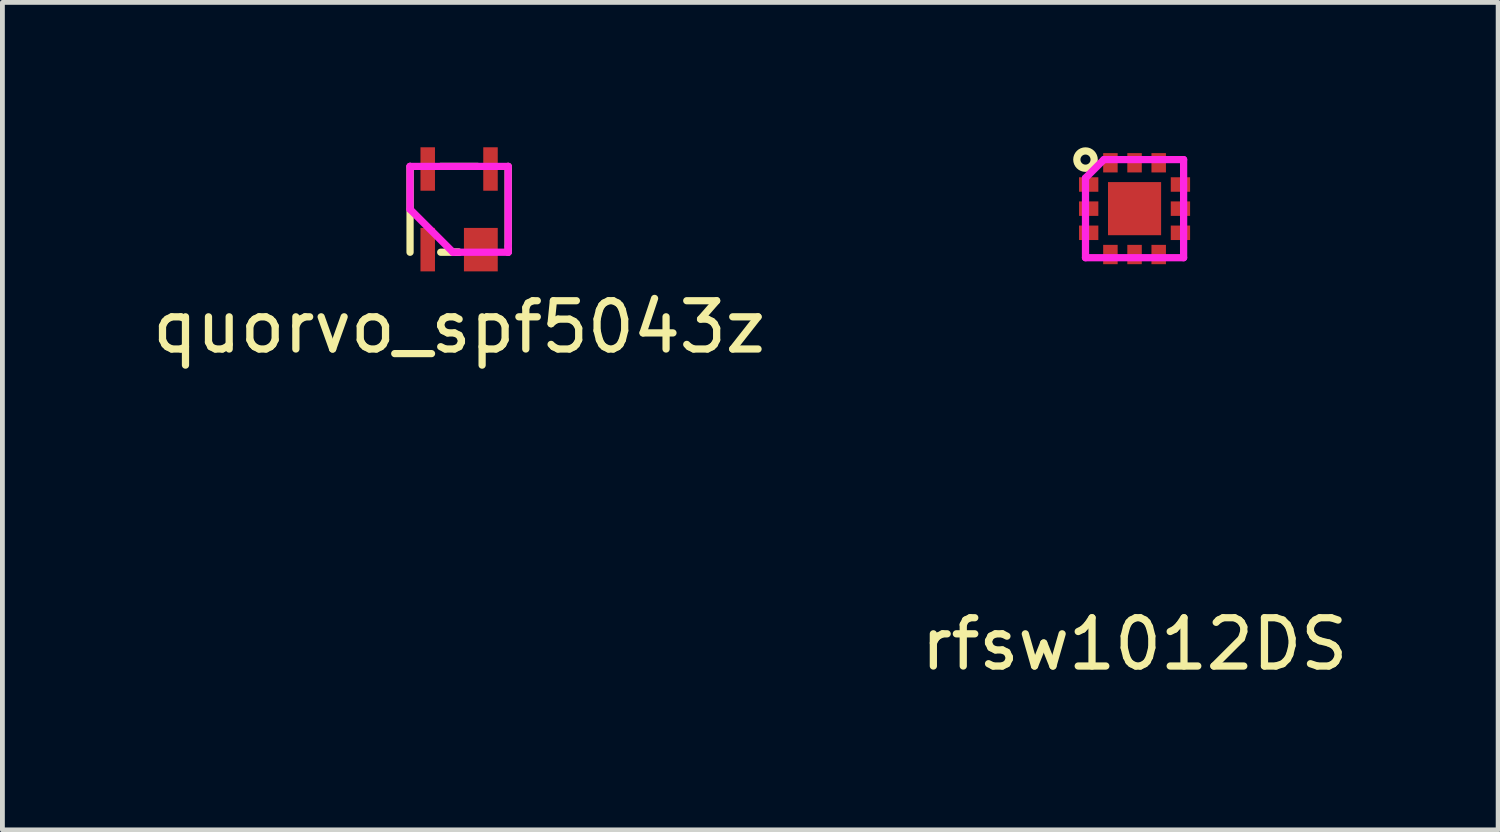
<source format=kicad_pcb>
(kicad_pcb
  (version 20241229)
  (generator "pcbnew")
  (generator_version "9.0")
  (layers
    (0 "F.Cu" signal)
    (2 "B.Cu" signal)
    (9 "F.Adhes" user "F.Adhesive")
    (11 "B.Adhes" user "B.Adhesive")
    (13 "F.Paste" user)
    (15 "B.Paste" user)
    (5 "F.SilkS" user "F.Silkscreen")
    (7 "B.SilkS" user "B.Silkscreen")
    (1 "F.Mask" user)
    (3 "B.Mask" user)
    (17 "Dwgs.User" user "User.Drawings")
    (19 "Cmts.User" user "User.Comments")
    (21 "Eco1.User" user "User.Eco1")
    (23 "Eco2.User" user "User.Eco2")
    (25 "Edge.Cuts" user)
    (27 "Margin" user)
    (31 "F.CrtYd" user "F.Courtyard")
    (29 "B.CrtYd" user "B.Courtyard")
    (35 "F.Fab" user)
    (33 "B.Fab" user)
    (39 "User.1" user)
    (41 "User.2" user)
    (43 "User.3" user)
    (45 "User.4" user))
  (footprint "quorvo_spf5043z"
    (layer "F.Cu")
    (at 6.458 1.285)
    (property "Reference" "quorvo_spf5043z" (at 0 2.438 0) (layer "F.SilkS") (effects (font (size 1 1) (thickness 0.15))))
    (attr through_hole)
    (fp_line (start -1.016 0.889) (end -1.016 -0.889) (stroke (width 0.15) (type solid)) (layer "F.SilkS"))
    (fp_line (start -0.381 -0.889) (end 0.381 -0.889) (stroke (width 0.15) (type solid)) (layer "F.SilkS"))
    (fp_line (start -0.381 0.889) (end 0 0.889) (stroke (width 0.15) (type solid)) (layer "F.SilkS"))
    (fp_line (start 0 0.889) (end -0.127 0.889) (stroke (width 0.15) (type solid)) (layer "F.SilkS"))
    (fp_line (start 1.016 -0.889) (end 1.016 0.889) (stroke (width 0.15) (type solid)) (layer "F.SilkS"))
    (fp_line (start -1.016 -0.889) (end 1.016 -0.889) (stroke (width 0.15) (type solid)) (layer "F.CrtYd"))
    (fp_line (start -1.016 0) (end -1.016 -0.889) (stroke (width 0.15) (type solid)) (layer "F.CrtYd"))
    (fp_line (start -0.127 0.889) (end -1.016 0) (stroke (width 0.15) (type solid)) (layer "F.CrtYd"))
    (fp_line (start 1.016 -0.889) (end 1.016 0.762) (stroke (width 0.15) (type solid)) (layer "F.CrtYd"))
    (fp_line (start 1.016 0.762) (end 1.016 0.889) (stroke (width 0.15) (type solid)) (layer "F.CrtYd"))
    (fp_line (start 1.016 0.889) (end -0.127 0.889) (stroke (width 0.15) (type solid)) (layer "F.CrtYd"))
    (pad "1" smd rect (at -0.65 0.835) (size 0.3 0.9) (layers "F.Cu" "F.Mask" "F.Paste"))
    (pad "2" smd rect (at 0.45 0.835) (size 0.7 0.9) (layers "F.Cu" "F.Mask" "F.Paste"))
    (pad "3" smd rect (at 0.65 -0.835) (size 0.3 0.9) (layers "F.Cu" "F.Mask" "F.Paste"))
    (pad "4" smd rect (at -0.65 -0.835) (size 0.3 0.9) (layers "F.Cu" "F.Mask" "F.Paste")))
  (footprint "rfsw1012DS"
    (layer "F.Cu")
    (at 20.446 1.271)
    (property "Reference" "rfsw1012DS" (at 0 9.017 0) (layer "F.SilkS") (effects (font (size 1 1) (thickness 0.15))))
    (attr through_hole)
    (fp_circle (center -1.016 -1.016) (end -0.889 -1.143) (stroke (width 0.15) (type solid)) (fill no) (layer "F.SilkS"))
    (fp_line (start -1.016 -0.635) (end -1.016 1.016) (stroke (width 0.15) (type solid)) (layer "F.CrtYd"))
    (fp_line (start -1.016 1.016) (end 1.016 1.016) (stroke (width 0.15) (type solid)) (layer "F.CrtYd"))
    (fp_line (start -0.635 -1.016) (end -1.016 -0.635) (stroke (width 0.15) (type solid)) (layer "F.CrtYd"))
    (fp_line (start 1.016 -1.016) (end -0.635 -1.016) (stroke (width 0.15) (type solid)) (layer "F.CrtYd"))
    (fp_line (start 1.016 1.016) (end 1.016 -1.016) (stroke (width 0.15) (type solid)) (layer "F.CrtYd"))
    (pad "1" smd rect (at -0.95 -0.5) (size 0.4 0.3) (layers "F.Cu" "F.Mask" "F.Paste"))
    (pad "2" smd rect (at -0.95 0) (size 0.4 0.3) (layers "F.Cu" "F.Mask" "F.Paste"))
    (pad "3" smd rect (at -0.95 0.5) (size 0.4 0.3) (layers "F.Cu" "F.Mask" "F.Paste"))
    (pad "4" smd rect (at -0.5 0.95) (size 0.3 0.4) (layers "F.Cu" "F.Mask" "F.Paste"))
    (pad "5" smd rect (at 0 0.95) (size 0.3 0.4) (layers "F.Cu" "F.Mask" "F.Paste"))
    (pad "6" smd rect (at 0.5 0.95) (size 0.3 0.4) (layers "F.Cu" "F.Mask" "F.Paste"))
    (pad "7" smd rect (at 0.95 0.5) (size 0.4 0.3) (layers "F.Cu" "F.Mask" "F.Paste"))
    (pad "8" smd rect (at 0.95 0) (size 0.4 0.3) (layers "F.Cu" "F.Mask" "F.Paste"))
    (pad "9" smd rect (at 0.95 -0.5) (size 0.4 0.3) (layers "F.Cu" "F.Mask" "F.Paste"))
    (pad "10" smd rect (at 0.5 -0.95) (size 0.3 0.4) (layers "F.Cu" "F.Mask" "F.Paste"))
    (pad "11" smd rect (at 0 -0.95) (size 0.3 0.4) (layers "F.Cu" "F.Mask" "F.Paste"))
    (pad "12" smd rect (at -0.5 -0.95) (size 0.3 0.4) (layers "F.Cu" "F.Mask" "F.Paste"))
    (pad "13" smd rect (at 0 0) (size 1.1 1.1) (layers "F.Cu" "F.Mask" "F.Paste")))
  (gr_rect
    (start -3 -3)
    (end 27.976 14.136)
    (stroke (width 0.1) (type default))
    (fill no)
    (layer "Edge.Cuts")))
</source>
